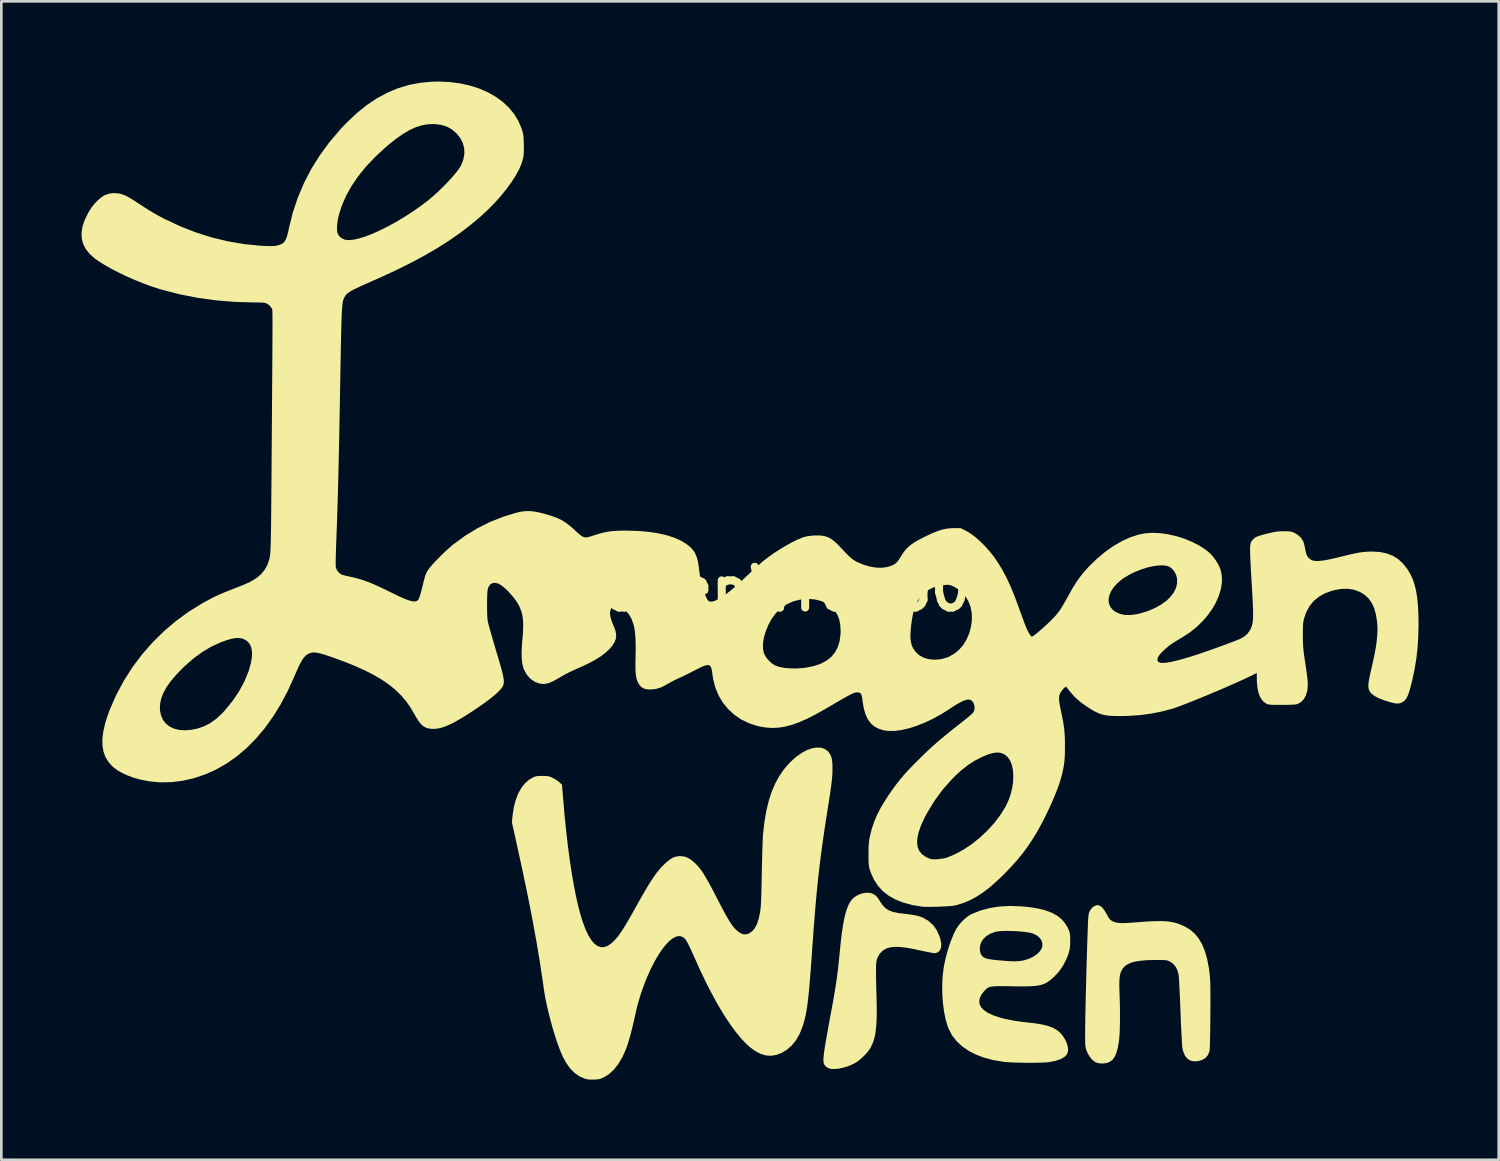
<source format=kicad_pcb>
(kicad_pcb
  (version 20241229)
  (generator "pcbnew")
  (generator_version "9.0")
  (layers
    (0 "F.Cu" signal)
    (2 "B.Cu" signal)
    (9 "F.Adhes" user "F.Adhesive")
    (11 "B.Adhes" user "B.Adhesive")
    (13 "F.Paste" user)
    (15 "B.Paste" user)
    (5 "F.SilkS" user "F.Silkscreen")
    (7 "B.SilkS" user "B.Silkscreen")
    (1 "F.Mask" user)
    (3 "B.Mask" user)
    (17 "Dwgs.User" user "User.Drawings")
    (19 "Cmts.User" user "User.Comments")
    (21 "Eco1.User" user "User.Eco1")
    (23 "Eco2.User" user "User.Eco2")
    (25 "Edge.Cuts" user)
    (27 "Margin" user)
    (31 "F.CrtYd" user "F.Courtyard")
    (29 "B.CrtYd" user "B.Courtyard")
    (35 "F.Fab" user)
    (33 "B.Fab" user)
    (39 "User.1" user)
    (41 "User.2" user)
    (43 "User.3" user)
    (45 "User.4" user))
  (footprint "ImogenWren50"
    (layer "F.Cu")
    (at 25 18.986)
    (property "Reference" "ImogenWren50" (at 0 0 0) (layer "F.SilkS") (effects (font (size 1.524 1.524) (thickness 0.3))))
    (attr board_only exclude_from_pos_files exclude_from_bom)
    (fp_poly (pts (xy 4.494 11.364) (xy 4.583 11.39) (xy 4.664 11.432) (xy 4.733 11.489) (xy 4.799 11.571) (xy 4.87 11.684) (xy 4.967 11.826) (xy 5.075 11.937) (xy 5.201 12.018) (xy 5.353 12.077) (xy 5.538 12.115) (xy 5.638 12.128) (xy 5.846 12.152) (xy 6.015 12.174) (xy 6.152 12.196) (xy 6.264 12.219) (xy 6.358 12.246) (xy 6.442 12.277) (xy 6.505 12.306) (xy 6.697 12.423) (xy 6.86 12.576) (xy 6.992 12.762) (xy 7.091 12.978) (xy 7.127 13.098) (xy 7.157 13.263) (xy 7.152 13.398) (xy 7.114 13.502) (xy 7.042 13.574) (xy 7.002 13.595) (xy 6.979 13.605) (xy 6.958 13.613) (xy 6.935 13.617) (xy 6.905 13.618) (xy 6.863 13.614) (xy 6.802 13.604) (xy 6.719 13.588) (xy 6.609 13.566) (xy 6.465 13.535) (xy 6.284 13.497) (xy 6.169 13.472) (xy 5.887 13.419) (xy 5.644 13.389) (xy 5.437 13.381) (xy 5.265 13.397) (xy 5.124 13.434) (xy 5.123 13.434) (xy 4.981 13.514) (xy 4.863 13.629) (xy 4.778 13.772) (xy 4.761 13.814) (xy 4.748 13.856) (xy 4.738 13.905) (xy 4.73 13.963) (xy 4.723 14.036) (xy 4.72 14.128) (xy 4.718 14.241) (xy 4.718 14.381) (xy 4.72 14.552) (xy 4.724 14.757) (xy 4.73 15.001) (xy 4.738 15.287) (xy 4.745 15.62) (xy 4.745 15.91) (xy 4.738 16.164) (xy 4.723 16.384) (xy 4.7 16.577) (xy 4.668 16.745) (xy 4.627 16.894) (xy 4.575 17.029) (xy 4.513 17.153) (xy 4.495 17.185) (xy 4.406 17.31) (xy 4.288 17.442) (xy 4.154 17.568) (xy 4.015 17.676) (xy 3.949 17.718) (xy 3.801 17.795) (xy 3.638 17.858) (xy 3.471 17.906) (xy 3.308 17.939) (xy 3.158 17.952) (xy 3.03 17.946) (xy 2.933 17.919) (xy 2.928 17.916) (xy 2.86 17.869) (xy 2.802 17.812) (xy 2.799 17.807) (xy 2.78 17.777) (xy 2.766 17.741) (xy 2.756 17.695) (xy 2.751 17.637) (xy 2.752 17.563) (xy 2.759 17.47) (xy 2.772 17.355) (xy 2.791 17.215) (xy 2.818 17.046) (xy 2.852 16.844) (xy 2.894 16.608) (xy 2.944 16.333) (xy 3.002 16.016) (xy 3.02 15.919) (xy 3.08 15.594) (xy 3.131 15.308) (xy 3.175 15.051) (xy 3.213 14.818) (xy 3.246 14.599) (xy 3.274 14.388) (xy 3.3 14.176) (xy 3.324 13.956) (xy 3.348 13.72) (xy 3.36 13.591) (xy 3.397 13.22) (xy 3.436 12.893) (xy 3.478 12.606) (xy 3.523 12.359) (xy 3.572 12.147) (xy 3.627 11.968) (xy 3.687 11.818) (xy 3.753 11.697) (xy 3.827 11.599) (xy 3.906 11.526) (xy 4.044 11.44) (xy 4.196 11.383) (xy 4.349 11.357)) (stroke (width 0) (type solid)) (fill yes) (layer "F.SilkS"))
    (fp_poly (pts (xy 10.158 11.867) (xy 10.16 11.867) (xy 10.505 11.902) (xy 10.809 11.954) (xy 11.073 12.023) (xy 11.3 12.109) (xy 11.492 12.216) (xy 11.653 12.342) (xy 11.783 12.491) (xy 11.887 12.662) (xy 11.888 12.664) (xy 11.926 12.744) (xy 11.952 12.81) (xy 11.967 12.875) (xy 11.976 12.953) (xy 11.981 13.06) (xy 11.982 13.097) (xy 11.98 13.303) (xy 11.958 13.485) (xy 11.912 13.658) (xy 11.838 13.842) (xy 11.825 13.871) (xy 11.716 14.08) (xy 11.597 14.258) (xy 11.457 14.421) (xy 11.374 14.503) (xy 11.278 14.59) (xy 11.187 14.663) (xy 11.096 14.722) (xy 11 14.769) (xy 10.894 14.805) (xy 10.771 14.831) (xy 10.627 14.848) (xy 10.455 14.857) (xy 10.251 14.861) (xy 10.009 14.86) (xy 9.84 14.857) (xy 9.611 14.853) (xy 9.424 14.851) (xy 9.273 14.852) (xy 9.153 14.856) (xy 9.059 14.865) (xy 8.985 14.88) (xy 8.926 14.901) (xy 8.877 14.929) (xy 8.832 14.966) (xy 8.787 15.011) (xy 8.756 15.045) (xy 8.654 15.18) (xy 8.595 15.316) (xy 8.58 15.448) (xy 8.591 15.521) (xy 8.646 15.635) (xy 8.746 15.742) (xy 8.888 15.841) (xy 9.073 15.931) (xy 9.298 16.011) (xy 9.561 16.081) (xy 9.862 16.141) (xy 10.199 16.19) (xy 10.406 16.212) (xy 10.692 16.246) (xy 10.937 16.287) (xy 11.145 16.338) (xy 11.319 16.402) (xy 11.465 16.481) (xy 11.588 16.576) (xy 11.69 16.69) (xy 11.778 16.825) (xy 11.814 16.894) (xy 11.874 17.044) (xy 11.902 17.184) (xy 11.897 17.306) (xy 11.859 17.403) (xy 11.853 17.412) (xy 11.754 17.508) (xy 11.612 17.586) (xy 11.427 17.647) (xy 11.198 17.691) (xy 11.144 17.698) (xy 11.035 17.707) (xy 10.889 17.713) (xy 10.714 17.717) (xy 10.521 17.719) (xy 10.317 17.718) (xy 10.114 17.715) (xy 9.919 17.709) (xy 9.742 17.702) (xy 9.593 17.692) (xy 9.499 17.683) (xy 9.124 17.622) (xy 8.779 17.533) (xy 8.466 17.417) (xy 8.188 17.274) (xy 7.944 17.107) (xy 7.738 16.915) (xy 7.569 16.701) (xy 7.441 16.464) (xy 7.396 16.35) (xy 7.318 16.081) (xy 7.259 15.778) (xy 7.218 15.453) (xy 7.196 15.116) (xy 7.194 14.777) (xy 7.213 14.447) (xy 7.253 14.136) (xy 7.265 14.069) (xy 7.334 13.756) (xy 7.402 13.514) (xy 8.604 13.514) (xy 8.611 13.553) (xy 8.636 13.641) (xy 8.674 13.71) (xy 8.73 13.764) (xy 8.81 13.806) (xy 8.919 13.837) (xy 9.064 13.86) (xy 9.249 13.88) (xy 9.27 13.882) (xy 9.391 13.892) (xy 9.502 13.901) (xy 9.591 13.909) (xy 9.645 13.914) (xy 9.906 13.925) (xy 10.138 13.908) (xy 10.263 13.883) (xy 10.452 13.821) (xy 10.618 13.739) (xy 10.756 13.641) (xy 10.86 13.532) (xy 10.925 13.416) (xy 10.933 13.388) (xy 10.944 13.266) (xy 10.911 13.149) (xy 10.84 13.044) (xy 10.733 12.954) (xy 10.594 12.887) (xy 10.554 12.873) (xy 10.441 12.847) (xy 10.295 12.825) (xy 10.126 12.808) (xy 9.943 12.795) (xy 9.757 12.788) (xy 9.578 12.786) (xy 9.416 12.791) (xy 9.281 12.802) (xy 9.189 12.818) (xy 9.005 12.883) (xy 8.852 12.974) (xy 8.732 13.087) (xy 8.648 13.217) (xy 8.605 13.36) (xy 8.604 13.514) (xy 7.402 13.514) (xy 7.419 13.452) (xy 7.515 13.167) (xy 7.62 12.91) (xy 7.718 12.713) (xy 7.803 12.585) (xy 7.912 12.455) (xy 8.036 12.334) (xy 8.162 12.232) (xy 8.275 12.164) (xy 8.604 12.029) (xy 8.956 11.933) (xy 9.33 11.874) (xy 9.731 11.852)) (stroke (width 0) (type solid)) (fill yes) (layer "F.SilkS"))
    (fp_poly (pts (xy 13.095 11.845) (xy 13.183 11.915) (xy 13.272 12.032) (xy 13.334 12.138) (xy 13.392 12.245) (xy 13.439 12.319) (xy 13.484 12.369) (xy 13.534 12.405) (xy 13.591 12.434) (xy 13.664 12.461) (xy 13.746 12.479) (xy 13.843 12.49) (xy 13.964 12.492) (xy 14.115 12.487) (xy 14.303 12.475) (xy 14.386 12.469) (xy 14.689 12.446) (xy 14.95 12.429) (xy 15.176 12.42) (xy 15.372 12.418) (xy 15.542 12.424) (xy 15.693 12.438) (xy 15.828 12.462) (xy 15.954 12.494) (xy 16.076 12.536) (xy 16.2 12.589) (xy 16.27 12.622) (xy 16.468 12.74) (xy 16.642 12.891) (xy 16.792 13.075) (xy 16.919 13.295) (xy 17.024 13.553) (xy 17.107 13.849) (xy 17.171 14.185) (xy 17.195 14.373) (xy 17.204 14.456) (xy 17.211 14.542) (xy 17.217 14.636) (xy 17.221 14.744) (xy 17.224 14.87) (xy 17.226 15.018) (xy 17.227 15.193) (xy 17.227 15.401) (xy 17.226 15.646) (xy 17.224 15.932) (xy 17.224 15.961) (xy 17.221 16.276) (xy 17.218 16.546) (xy 17.214 16.772) (xy 17.21 16.957) (xy 17.205 17.101) (xy 17.199 17.206) (xy 17.192 17.274) (xy 17.187 17.303) (xy 17.125 17.44) (xy 17.038 17.542) (xy 16.921 17.611) (xy 16.768 17.654) (xy 16.768 17.654) (xy 16.609 17.664) (xy 16.473 17.633) (xy 16.362 17.562) (xy 16.274 17.451) (xy 16.209 17.299) (xy 16.178 17.169) (xy 16.173 17.12) (xy 16.166 17.028) (xy 16.158 16.899) (xy 16.149 16.739) (xy 16.139 16.551) (xy 16.129 16.341) (xy 16.119 16.115) (xy 16.11 15.875) (xy 16.106 15.778) (xy 16.096 15.537) (xy 16.087 15.306) (xy 16.077 15.092) (xy 16.067 14.898) (xy 16.059 14.73) (xy 16.051 14.592) (xy 16.043 14.489) (xy 16.038 14.426) (xy 16.036 14.413) (xy 15.984 14.235) (xy 15.904 14.094) (xy 15.795 13.985) (xy 15.685 13.92) (xy 15.643 13.902) (xy 15.599 13.889) (xy 15.546 13.88) (xy 15.474 13.875) (xy 15.377 13.873) (xy 15.245 13.872) (xy 15.158 13.873) (xy 14.875 13.88) (xy 14.634 13.898) (xy 14.433 13.929) (xy 14.266 13.973) (xy 14.132 14.031) (xy 14.027 14.104) (xy 13.948 14.193) (xy 13.932 14.217) (xy 13.891 14.292) (xy 13.86 14.372) (xy 13.838 14.464) (xy 13.825 14.575) (xy 13.819 14.712) (xy 13.819 14.881) (xy 13.826 15.089) (xy 13.826 15.1) (xy 13.836 15.39) (xy 13.842 15.676) (xy 13.844 15.951) (xy 13.843 16.209) (xy 13.837 16.445) (xy 13.828 16.65) (xy 13.815 16.82) (xy 13.804 16.914) (xy 13.764 17.145) (xy 13.714 17.334) (xy 13.651 17.483) (xy 13.574 17.595) (xy 13.48 17.673) (xy 13.366 17.722) (xy 13.23 17.743) (xy 13.178 17.744) (xy 13.066 17.738) (xy 12.978 17.717) (xy 12.92 17.691) (xy 12.813 17.611) (xy 12.713 17.496) (xy 12.631 17.356) (xy 12.589 17.253) (xy 12.573 17.204) (xy 12.561 17.156) (xy 12.552 17.103) (xy 12.546 17.039) (xy 12.542 16.956) (xy 12.541 16.847) (xy 12.54 16.706) (xy 12.541 16.526) (xy 12.541 16.504) (xy 12.544 16.288) (xy 12.547 16.031) (xy 12.553 15.739) (xy 12.56 15.418) (xy 12.568 15.075) (xy 12.577 14.714) (xy 12.587 14.341) (xy 12.597 13.964) (xy 12.609 13.587) (xy 12.621 13.217) (xy 12.628 13.013) (xy 12.636 12.789) (xy 12.642 12.608) (xy 12.648 12.462) (xy 12.654 12.349) (xy 12.661 12.262) (xy 12.668 12.196) (xy 12.676 12.146) (xy 12.686 12.108) (xy 12.698 12.076) (xy 12.712 12.045) (xy 12.714 12.041) (xy 12.785 11.936) (xy 12.875 11.861) (xy 12.974 11.825) (xy 13.008 11.822)) (stroke (width 0) (type solid)) (fill yes) (layer "F.SilkS"))
    (fp_poly (pts (xy 2.648 5.932) (xy 2.782 5.971) (xy 2.895 6.046) (xy 2.935 6.087) (xy 2.997 6.169) (xy 3.041 6.264) (xy 3.07 6.381) (xy 3.086 6.528) (xy 3.09 6.706) (xy 3.089 6.812) (xy 3.085 6.918) (xy 3.077 7.032) (xy 3.065 7.157) (xy 3.048 7.301) (xy 3.025 7.469) (xy 2.997 7.667) (xy 2.961 7.9) (xy 2.924 8.135) (xy 2.853 8.585) (xy 2.789 9.008) (xy 2.731 9.408) (xy 2.678 9.793) (xy 2.629 10.168) (xy 2.585 10.541) (xy 2.543 10.917) (xy 2.504 11.303) (xy 2.467 11.706) (xy 2.431 12.131) (xy 2.395 12.586) (xy 2.359 13.076) (xy 2.33 13.484) (xy 2.302 13.878) (xy 2.276 14.228) (xy 2.252 14.539) (xy 2.229 14.814) (xy 2.207 15.056) (xy 2.185 15.27) (xy 2.163 15.458) (xy 2.14 15.625) (xy 2.117 15.774) (xy 2.092 15.908) (xy 2.065 16.031) (xy 2.035 16.147) (xy 2.003 16.259) (xy 1.974 16.352) (xy 1.864 16.629) (xy 1.729 16.869) (xy 1.567 17.071) (xy 1.38 17.233) (xy 1.177 17.353) (xy 0.979 17.426) (xy 0.784 17.456) (xy 0.591 17.442) (xy 0.398 17.384) (xy 0.202 17.281) (xy 0.001 17.133) (xy -0.111 17.033) (xy -0.316 16.82) (xy -0.528 16.564) (xy -0.746 16.266) (xy -0.968 15.929) (xy -1.193 15.555) (xy -1.419 15.146) (xy -1.645 14.705) (xy -1.87 14.234) (xy -2.001 13.941) (xy -2.096 13.728) (xy -2.175 13.553) (xy -2.241 13.412) (xy -2.294 13.301) (xy -2.339 13.216) (xy -2.377 13.151) (xy -2.41 13.103) (xy -2.441 13.067) (xy -2.452 13.056) (xy -2.546 12.995) (xy -2.651 12.977) (xy -2.766 13.001) (xy -2.888 13.065) (xy -3.017 13.167) (xy -3.15 13.306) (xy -3.287 13.48) (xy -3.425 13.687) (xy -3.564 13.926) (xy -3.701 14.194) (xy -3.835 14.491) (xy -3.917 14.69) (xy -4.082 15.143) (xy -4.211 15.588) (xy -4.272 15.849) (xy -4.338 16.147) (xy -4.404 16.426) (xy -4.47 16.68) (xy -4.534 16.905) (xy -4.594 17.093) (xy -4.643 17.227) (xy -4.774 17.515) (xy -4.921 17.762) (xy -5.082 17.968) (xy -5.256 18.131) (xy -5.442 18.25) (xy -5.447 18.253) (xy -5.54 18.296) (xy -5.614 18.323) (xy -5.69 18.338) (xy -5.785 18.345) (xy -5.838 18.347) (xy -5.972 18.347) (xy -6.077 18.337) (xy -6.172 18.314) (xy -6.186 18.309) (xy -6.383 18.222) (xy -6.563 18.093) (xy -6.728 17.923) (xy -6.878 17.71) (xy -6.982 17.522) (xy -7.06 17.351) (xy -7.142 17.141) (xy -7.227 16.901) (xy -7.312 16.637) (xy -7.395 16.358) (xy -7.473 16.072) (xy -7.545 15.786) (xy -7.608 15.508) (xy -7.661 15.246) (xy -7.7 15.007) (xy -7.702 14.994) (xy -7.77 14.516) (xy -7.842 14.044) (xy -7.918 13.573) (xy -8 13.096) (xy -8.088 12.61) (xy -8.183 12.107) (xy -8.286 11.583) (xy -8.399 11.033) (xy -8.522 10.45) (xy -8.657 9.831) (xy -8.713 9.575) (xy -8.902 8.72) (xy -8.876 8.462) (xy -8.83 8.16) (xy -8.759 7.886) (xy -8.664 7.642) (xy -8.546 7.431) (xy -8.406 7.257) (xy -8.247 7.121) (xy -8.135 7.056) (xy -8.064 7.024) (xy -8.003 7.004) (xy -7.936 6.993) (xy -7.848 6.989) (xy -7.76 6.988) (xy -7.648 6.989) (xy -7.568 6.995) (xy -7.504 7.008) (xy -7.441 7.031) (xy -7.371 7.064) (xy -7.277 7.116) (xy -7.185 7.178) (xy -7.122 7.228) (xy -7.028 7.316) (xy -6.989 7.796) (xy -6.934 8.429) (xy -6.874 9.032) (xy -6.808 9.602) (xy -6.737 10.137) (xy -6.662 10.637) (xy -6.582 11.098) (xy -6.498 11.519) (xy -6.411 11.899) (xy -6.32 12.234) (xy -6.259 12.428) (xy -6.156 12.705) (xy -6.05 12.936) (xy -5.939 13.12) (xy -5.823 13.257) (xy -5.703 13.348) (xy -5.579 13.393) (xy -5.45 13.391) (xy -5.317 13.343) (xy -5.179 13.248) (xy -5.104 13.179) (xy -5.037 13.109) (xy -4.972 13.035) (xy -4.907 12.953) (xy -4.839 12.858) (xy -4.765 12.747) (xy -4.682 12.615) (xy -4.588 12.458) (xy -4.481 12.272) (xy -4.357 12.053) (xy -4.215 11.799) (xy -4.058 11.519) (xy -3.918 11.278) (xy -3.794 11.07) (xy -3.682 10.891) (xy -3.579 10.738) (xy -3.482 10.606) (xy -3.389 10.49) (xy -3.297 10.387) (xy -3.244 10.334) (xy -3.104 10.202) (xy -2.981 10.105) (xy -2.868 10.04) (xy -2.755 10.003) (xy -2.637 9.988) (xy -2.6 9.987) (xy -2.458 10.002) (xy -2.327 10.046) (xy -2.197 10.126) (xy -2.092 10.214) (xy -2.015 10.288) (xy -1.942 10.364) (xy -1.872 10.448) (xy -1.801 10.544) (xy -1.727 10.655) (xy -1.647 10.788) (xy -1.557 10.945) (xy -1.456 11.131) (xy -1.34 11.351) (xy -1.212 11.599) (xy -1.082 11.85) (xy -0.969 12.062) (xy -0.87 12.24) (xy -0.784 12.387) (xy -0.707 12.508) (xy -0.638 12.606) (xy -0.573 12.685) (xy -0.511 12.749) (xy -0.503 12.756) (xy -0.382 12.852) (xy -0.27 12.906) (xy -0.164 12.918) (xy -0.055 12.891) (xy -0.025 12.877) (xy 0.086 12.799) (xy 0.181 12.686) (xy 0.26 12.537) (xy 0.324 12.348) (xy 0.376 12.117) (xy 0.388 12.045) (xy 0.398 11.971) (xy 0.406 11.877) (xy 0.414 11.76) (xy 0.421 11.614) (xy 0.427 11.437) (xy 0.433 11.225) (xy 0.439 10.974) (xy 0.444 10.68) (xy 0.445 10.64) (xy 0.45 10.399) (xy 0.455 10.163) (xy 0.461 9.938) (xy 0.467 9.73) (xy 0.473 9.545) (xy 0.479 9.389) (xy 0.485 9.268) (xy 0.49 9.188) (xy 0.541 8.731) (xy 0.611 8.314) (xy 0.701 7.935) (xy 0.811 7.59) (xy 0.944 7.277) (xy 1.1 6.993) (xy 1.279 6.734) (xy 1.485 6.499) (xy 1.518 6.465) (xy 1.723 6.28) (xy 1.931 6.131) (xy 2.137 6.021) (xy 2.338 5.952) (xy 2.487 5.928)) (stroke (width 0) (type solid)) (fill yes) (layer "F.SilkS"))
    (fp_poly (pts (xy -11.247 -18.969) (xy -10.854 -18.919) (xy -10.482 -18.838) (xy -10.132 -18.727) (xy -9.808 -18.587) (xy -9.513 -18.42) (xy -9.247 -18.227) (xy -9.015 -18.01) (xy -8.818 -17.77) (xy -8.659 -17.508) (xy -8.543 -17.236) (xy -8.513 -17.144) (xy -8.491 -17.066) (xy -8.477 -16.992) (xy -8.467 -16.908) (xy -8.461 -16.804) (xy -8.457 -16.666) (xy -8.456 -16.645) (xy -8.454 -16.466) (xy -8.457 -16.325) (xy -8.467 -16.21) (xy -8.483 -16.113) (xy -8.542 -15.912) (xy -8.638 -15.691) (xy -8.769 -15.454) (xy -8.93 -15.205) (xy -9.119 -14.947) (xy -9.332 -14.686) (xy -9.568 -14.425) (xy -9.823 -14.168) (xy -10.085 -13.926) (xy -10.448 -13.622) (xy -10.832 -13.328) (xy -11.24 -13.044) (xy -11.676 -12.766) (xy -12.143 -12.493) (xy -12.645 -12.223) (xy -13.185 -11.953) (xy -13.767 -11.682) (xy -14.058 -11.553) (xy -14.296 -11.448) (xy -14.496 -11.359) (xy -14.66 -11.283) (xy -14.793 -11.219) (xy -14.9 -11.162) (xy -14.982 -11.112) (xy -15.046 -11.066) (xy -15.095 -11.021) (xy -15.132 -10.974) (xy -15.162 -10.924) (xy -15.188 -10.868) (xy -15.194 -10.856) (xy -15.206 -10.825) (xy -15.217 -10.789) (xy -15.226 -10.746) (xy -15.235 -10.692) (xy -15.244 -10.626) (xy -15.251 -10.544) (xy -15.258 -10.444) (xy -15.265 -10.324) (xy -15.271 -10.181) (xy -15.277 -10.011) (xy -15.283 -9.813) (xy -15.288 -9.585) (xy -15.294 -9.322) (xy -15.301 -9.024) (xy -15.307 -8.686) (xy -15.314 -8.307) (xy -15.321 -7.884) (xy -15.322 -7.866) (xy -15.332 -7.295) (xy -15.341 -6.767) (xy -15.35 -6.278) (xy -15.359 -5.825) (xy -15.368 -5.403) (xy -15.376 -5.009) (xy -15.384 -4.64) (xy -15.393 -4.29) (xy -15.401 -3.957) (xy -15.41 -3.637) (xy -15.419 -3.326) (xy -15.428 -3.02) (xy -15.438 -2.715) (xy -15.448 -2.408) (xy -15.46 -2.095) (xy -15.472 -1.771) (xy -15.477 -1.627) (xy -15.484 -1.443) (xy -15.488 -1.27) (xy -15.492 -1.116) (xy -15.493 -0.986) (xy -15.492 -0.887) (xy -15.49 -0.826) (xy -15.489 -0.814) (xy -15.45 -0.714) (xy -15.379 -0.62) (xy -15.291 -0.552) (xy -15.287 -0.55) (xy -15.238 -0.532) (xy -15.156 -0.509) (xy -15.053 -0.485) (xy -14.968 -0.467) (xy -14.789 -0.428) (xy -14.615 -0.381) (xy -14.438 -0.325) (xy -14.251 -0.256) (xy -14.049 -0.172) (xy -13.824 -0.07) (xy -13.569 0.052) (xy -13.414 0.129) (xy -13.187 0.24) (xy -12.997 0.327) (xy -12.839 0.392) (xy -12.711 0.436) (xy -12.608 0.459) (xy -12.527 0.462) (xy -12.465 0.446) (xy -12.418 0.412) (xy -12.396 0.385) (xy -12.373 0.336) (xy -12.343 0.252) (xy -12.311 0.144) (xy -12.278 0.022) (xy -12.269 -0.013) (xy -12.227 -0.187) (xy -12.194 -0.322) (xy -12.166 -0.426) (xy -12.142 -0.505) (xy -12.118 -0.568) (xy -12.094 -0.621) (xy -12.066 -0.671) (xy -12.032 -0.725) (xy -12.031 -0.727) (xy -11.974 -0.803) (xy -11.889 -0.904) (xy -11.781 -1.021) (xy -11.658 -1.149) (xy -11.526 -1.281) (xy -11.391 -1.41) (xy -11.261 -1.529) (xy -11.142 -1.632) (xy -11.096 -1.67) (xy -10.654 -1.994) (xy -10.194 -2.275) (xy -9.715 -2.514) (xy -9.213 -2.712) (xy -8.736 -2.857) (xy -8.569 -2.895) (xy -8.411 -2.916) (xy -8.255 -2.92) (xy -8.089 -2.905) (xy -7.904 -2.871) (xy -7.692 -2.819) (xy -7.571 -2.784) (xy -7.365 -2.72) (xy -7.191 -2.653) (xy -7.037 -2.578) (xy -6.892 -2.488) (xy -6.745 -2.376) (xy -6.583 -2.237) (xy -6.519 -2.178) (xy -6.407 -2.075) (xy -6.317 -2.002) (xy -6.242 -1.956) (xy -6.169 -1.936) (xy -6.09 -1.937) (xy -5.994 -1.959) (xy -5.87 -1.998) (xy -5.839 -2.008) (xy -5.654 -2.067) (xy -5.486 -2.112) (xy -5.325 -2.145) (xy -5.159 -2.168) (xy -4.977 -2.181) (xy -4.768 -2.187) (xy -4.6 -2.188) (xy -4.179 -2.176) (xy -3.786 -2.142) (xy -3.426 -2.087) (xy -3.099 -2.012) (xy -2.808 -1.916) (xy -2.556 -1.801) (xy -2.346 -1.668) (xy -2.223 -1.566) (xy -2.125 -1.459) (xy -2.048 -1.34) (xy -1.989 -1.201) (xy -1.945 -1.036) (xy -1.912 -0.836) (xy -1.897 -0.702) (xy -1.877 -0.554) (xy -1.847 -0.394) (xy -1.809 -0.229) (xy -1.766 -0.067) (xy -1.719 0.085) (xy -1.671 0.219) (xy -1.624 0.329) (xy -1.581 0.407) (xy -1.544 0.445) (xy -1.478 0.468) (xy -1.403 0.466) (xy -1.312 0.439) (xy -1.2 0.385) (xy -1.062 0.302) (xy -0.99 0.254) (xy -0.884 0.18) (xy -0.776 0.098) (xy -0.661 0.005) (xy -0.534 -0.105) (xy -0.388 -0.236) (xy -0.22 -0.392) (xy -0.081 -0.523) (xy 0.045 -0.642) (xy 0.172 -0.759) (xy 0.292 -0.869) (xy 0.398 -0.963) (xy 0.481 -1.035) (xy 0.503 -1.053) (xy 0.693 -1.2) (xy 0.903 -1.348) (xy 1.125 -1.492) (xy 1.35 -1.626) (xy 1.569 -1.747) (xy 1.773 -1.848) (xy 1.955 -1.924) (xy 2.013 -1.945) (xy 2.17 -1.982) (xy 2.366 -2.004) (xy 2.411 -2.007) (xy 2.606 -2.008) (xy 2.771 -1.988) (xy 2.917 -1.943) (xy 3.053 -1.87) (xy 3.19 -1.763) (xy 3.337 -1.618) (xy 3.348 -1.607) (xy 3.487 -1.459) (xy 3.599 -1.342) (xy 3.691 -1.25) (xy 3.766 -1.18) (xy 3.83 -1.126) (xy 3.889 -1.084) (xy 3.946 -1.049) (xy 3.994 -1.023) (xy 4.24 -0.917) (xy 4.484 -0.844) (xy 4.72 -0.804) (xy 4.943 -0.798) (xy 5.147 -0.826) (xy 5.327 -0.888) (xy 5.388 -0.92) (xy 5.45 -0.962) (xy 5.501 -1.008) (xy 5.552 -1.07) (xy 5.609 -1.158) (xy 5.644 -1.215) (xy 5.727 -1.345) (xy 5.811 -1.458) (xy 5.904 -1.557) (xy 6.011 -1.649) (xy 6.138 -1.738) (xy 6.292 -1.829) (xy 6.478 -1.927) (xy 6.655 -2.013) (xy 6.865 -2.109) (xy 7.048 -2.181) (xy 7.213 -2.231) (xy 7.37 -2.262) (xy 7.529 -2.278) (xy 7.622 -2.28) (xy 7.881 -2.282) (xy 8.078 -2.184) (xy 8.244 -2.087) (xy 8.423 -1.954) (xy 8.608 -1.793) (xy 8.793 -1.61) (xy 8.97 -1.411) (xy 9.132 -1.205) (xy 9.145 -1.187) (xy 9.311 -0.942) (xy 9.466 -0.681) (xy 9.614 -0.398) (xy 9.757 -0.087) (xy 9.899 0.259) (xy 10.029 0.609) (xy 10.109 0.832) (xy 10.176 1.016) (xy 10.231 1.166) (xy 10.277 1.288) (xy 10.315 1.385) (xy 10.348 1.463) (xy 10.377 1.527) (xy 10.404 1.583) (xy 10.431 1.631) (xy 10.475 1.704) (xy 10.514 1.756) (xy 10.541 1.779) (xy 10.542 1.779) (xy 10.578 1.764) (xy 10.642 1.72) (xy 10.728 1.653) (xy 10.831 1.568) (xy 10.945 1.469) (xy 11.065 1.36) (xy 11.185 1.248) (xy 11.24 1.194) (xy 11.341 1.092) (xy 11.428 1) (xy 11.504 0.911) (xy 11.575 0.817) (xy 11.646 0.711) (xy 11.722 0.585) (xy 11.809 0.434) (xy 11.825 0.403) (xy 13.416 0.403) (xy 13.432 0.543) (xy 13.486 0.671) (xy 13.58 0.782) (xy 13.68 0.854) (xy 13.847 0.929) (xy 14.032 0.967) (xy 14.239 0.97) (xy 14.473 0.938) (xy 14.626 0.902) (xy 14.906 0.813) (xy 15.159 0.705) (xy 15.382 0.58) (xy 15.574 0.441) (xy 15.732 0.29) (xy 15.853 0.13) (xy 15.937 -0.038) (xy 15.979 -0.21) (xy 15.979 -0.384) (xy 15.952 -0.506) (xy 15.896 -0.63) (xy 15.813 -0.739) (xy 15.715 -0.822) (xy 15.623 -0.864) (xy 15.469 -0.888) (xy 15.286 -0.885) (xy 15.082 -0.857) (xy 14.863 -0.807) (xy 14.639 -0.736) (xy 14.416 -0.648) (xy 14.202 -0.543) (xy 14.004 -0.426) (xy 13.898 -0.351) (xy 13.729 -0.205) (xy 13.596 -0.053) (xy 13.499 0.101) (xy 13.439 0.255) (xy 13.416 0.403) (xy 11.825 0.403) (xy 11.911 0.248) (xy 11.925 0.222) (xy 12.071 -0.037) (xy 12.213 -0.262) (xy 12.356 -0.464) (xy 12.508 -0.654) (xy 12.677 -0.839) (xy 12.975 -1.13) (xy 13.281 -1.387) (xy 13.593 -1.608) (xy 13.908 -1.791) (xy 14.221 -1.934) (xy 14.529 -2.035) (xy 14.772 -2.085) (xy 15.045 -2.106) (xy 15.337 -2.093) (xy 15.642 -2.051) (xy 15.95 -1.981) (xy 16.253 -1.885) (xy 16.542 -1.767) (xy 16.811 -1.629) (xy 17.049 -1.473) (xy 17.214 -1.337) (xy 17.33 -1.21) (xy 17.441 -1.058) (xy 17.535 -0.896) (xy 17.602 -0.741) (xy 17.609 -0.718) (xy 17.653 -0.496) (xy 17.657 -0.261) (xy 17.621 -0.017) (xy 17.548 0.233) (xy 17.441 0.484) (xy 17.301 0.732) (xy 17.13 0.973) (xy 16.932 1.204) (xy 16.708 1.42) (xy 16.46 1.617) (xy 16.26 1.75) (xy 16.143 1.822) (xy 16.009 1.903) (xy 15.885 1.979) (xy 15.857 1.996) (xy 15.747 2.069) (xy 15.631 2.159) (xy 15.519 2.256) (xy 15.417 2.353) (xy 15.334 2.443) (xy 15.279 2.519) (xy 15.266 2.545) (xy 15.248 2.615) (xy 15.249 2.678) (xy 15.249 2.679) (xy 15.28 2.726) (xy 15.346 2.753) (xy 15.446 2.762) (xy 15.584 2.752) (xy 15.759 2.722) (xy 15.972 2.673) (xy 16.225 2.604) (xy 16.519 2.516) (xy 16.744 2.444) (xy 16.897 2.392) (xy 17.074 2.331) (xy 17.267 2.263) (xy 17.467 2.192) (xy 17.667 2.119) (xy 17.859 2.048) (xy 18.035 1.981) (xy 18.187 1.923) (xy 18.307 1.875) (xy 18.358 1.853) (xy 18.49 1.776) (xy 18.61 1.67) (xy 18.7 1.55) (xy 18.715 1.523) (xy 18.747 1.454) (xy 18.773 1.385) (xy 18.794 1.311) (xy 18.809 1.227) (xy 18.818 1.129) (xy 18.823 1.011) (xy 18.823 0.869) (xy 18.819 0.698) (xy 18.81 0.494) (xy 18.797 0.251) (xy 18.785 0.047) (xy 18.766 -0.28) (xy 18.749 -0.564) (xy 18.735 -0.808) (xy 18.725 -1.016) (xy 18.717 -1.19) (xy 18.712 -1.334) (xy 18.71 -1.452) (xy 18.711 -1.546) (xy 18.715 -1.621) (xy 18.723 -1.68) (xy 18.733 -1.725) (xy 18.747 -1.761) (xy 18.764 -1.79) (xy 18.784 -1.817) (xy 18.804 -1.841) (xy 18.848 -1.887) (xy 18.893 -1.924) (xy 18.948 -1.955) (xy 19.021 -1.984) (xy 19.119 -2.015) (xy 19.249 -2.05) (xy 19.354 -2.077) (xy 19.503 -2.112) (xy 19.623 -2.137) (xy 19.726 -2.153) (xy 19.828 -2.161) (xy 19.943 -2.164) (xy 19.969 -2.164) (xy 20.09 -2.164) (xy 20.177 -2.16) (xy 20.243 -2.15) (xy 20.3 -2.134) (xy 20.361 -2.108) (xy 20.368 -2.104) (xy 20.505 -2.021) (xy 20.617 -1.916) (xy 20.694 -1.799) (xy 20.706 -1.771) (xy 20.727 -1.701) (xy 20.75 -1.603) (xy 20.772 -1.497) (xy 20.776 -1.476) (xy 20.803 -1.346) (xy 20.839 -1.251) (xy 20.888 -1.179) (xy 20.959 -1.118) (xy 20.975 -1.106) (xy 21.038 -1.075) (xy 21.12 -1.056) (xy 21.223 -1.051) (xy 21.353 -1.059) (xy 21.511 -1.081) (xy 21.703 -1.117) (xy 21.931 -1.168) (xy 22.199 -1.234) (xy 22.216 -1.238) (xy 22.445 -1.295) (xy 22.64 -1.338) (xy 22.809 -1.369) (xy 22.963 -1.389) (xy 23.112 -1.401) (xy 23.265 -1.404) (xy 23.283 -1.405) (xy 23.566 -1.388) (xy 23.819 -1.336) (xy 24.045 -1.249) (xy 24.247 -1.123) (xy 24.428 -0.959) (xy 24.59 -0.753) (xy 24.602 -0.736) (xy 24.704 -0.564) (xy 24.791 -0.379) (xy 24.861 -0.174) (xy 24.917 0.053) (xy 24.959 0.307) (xy 24.988 0.594) (xy 25.005 0.917) (xy 25.011 1.28) (xy 25.011 1.311) (xy 25.002 1.767) (xy 24.975 2.194) (xy 24.929 2.606) (xy 24.86 3.017) (xy 24.769 3.442) (xy 24.74 3.558) (xy 24.689 3.752) (xy 24.64 3.905) (xy 24.591 4.023) (xy 24.539 4.113) (xy 24.48 4.179) (xy 24.412 4.227) (xy 24.392 4.238) (xy 24.314 4.269) (xy 24.232 4.281) (xy 24.136 4.274) (xy 24.012 4.246) (xy 23.974 4.236) (xy 23.724 4.159) (xy 23.52 4.079) (xy 23.362 3.995) (xy 23.248 3.908) (xy 23.179 3.817) (xy 23.174 3.807) (xy 23.151 3.747) (xy 23.138 3.682) (xy 23.134 3.606) (xy 23.141 3.513) (xy 23.158 3.396) (xy 23.187 3.248) (xy 23.228 3.065) (xy 23.246 2.988) (xy 23.318 2.667) (xy 23.376 2.384) (xy 23.421 2.134) (xy 23.451 1.911) (xy 23.469 1.709) (xy 23.476 1.523) (xy 23.47 1.346) (xy 23.46 1.221) (xy 23.417 0.944) (xy 23.348 0.704) (xy 23.252 0.501) (xy 23.129 0.333) (xy 22.977 0.198) (xy 22.813 0.102) (xy 22.594 0.023) (xy 22.361 -0.013) (xy 22.113 -0.007) (xy 21.847 0.042) (xy 21.772 0.062) (xy 21.511 0.158) (xy 21.286 0.284) (xy 21.096 0.44) (xy 20.94 0.628) (xy 20.818 0.848) (xy 20.729 1.101) (xy 20.726 1.112) (xy 20.71 1.181) (xy 20.699 1.256) (xy 20.691 1.344) (xy 20.686 1.455) (xy 20.685 1.597) (xy 20.685 1.732) (xy 20.686 1.904) (xy 20.69 2.049) (xy 20.698 2.182) (xy 20.711 2.317) (xy 20.73 2.467) (xy 20.756 2.647) (xy 20.763 2.692) (xy 20.787 2.855) (xy 20.811 3.016) (xy 20.832 3.165) (xy 20.848 3.291) (xy 20.86 3.383) (xy 20.861 3.394) (xy 20.87 3.61) (xy 20.848 3.805) (xy 20.798 3.975) (xy 20.721 4.115) (xy 20.618 4.223) (xy 20.492 4.294) (xy 20.462 4.304) (xy 20.405 4.314) (xy 20.307 4.322) (xy 20.173 4.327) (xy 20.01 4.33) (xy 19.889 4.331) (xy 19.723 4.33) (xy 19.597 4.329) (xy 19.503 4.326) (xy 19.435 4.32) (xy 19.385 4.311) (xy 19.347 4.299) (xy 19.318 4.286) (xy 19.2 4.199) (xy 19.104 4.073) (xy 19.033 3.907) (xy 18.986 3.703) (xy 18.964 3.463) (xy 18.962 3.359) (xy 18.962 3.14) (xy 18.595 3.316) (xy 18.427 3.394) (xy 18.233 3.483) (xy 18.017 3.578) (xy 17.787 3.679) (xy 17.546 3.782) (xy 17.3 3.886) (xy 17.055 3.989) (xy 16.815 4.087) (xy 16.586 4.18) (xy 16.373 4.265) (xy 16.182 4.339) (xy 16.018 4.401) (xy 15.886 4.449) (xy 15.791 4.479) (xy 15.79 4.479) (xy 15.39 4.583) (xy 15.008 4.658) (xy 14.63 4.71) (xy 14.237 4.738) (xy 14.058 4.745) (xy 13.816 4.749) (xy 13.613 4.746) (xy 13.441 4.736) (xy 13.292 4.716) (xy 13.157 4.684) (xy 13.03 4.638) (xy 12.901 4.577) (xy 12.763 4.497) (xy 12.609 4.398) (xy 12.595 4.389) (xy 12.354 4.215) (xy 12.153 4.037) (xy 11.987 3.85) (xy 11.96 3.814) (xy 11.903 3.741) (xy 11.856 3.685) (xy 11.826 3.655) (xy 11.821 3.652) (xy 11.788 3.67) (xy 11.739 3.715) (xy 11.685 3.778) (xy 11.636 3.845) (xy 11.609 3.891) (xy 11.581 3.96) (xy 11.566 4.037) (xy 11.564 4.131) (xy 11.576 4.248) (xy 11.602 4.396) (xy 11.63 4.53) (xy 11.681 4.767) (xy 11.719 4.972) (xy 11.748 5.157) (xy 11.767 5.334) (xy 11.779 5.515) (xy 11.784 5.714) (xy 11.785 5.888) (xy 11.783 6.108) (xy 11.777 6.294) (xy 11.763 6.458) (xy 11.743 6.613) (xy 11.712 6.772) (xy 11.671 6.946) (xy 11.646 7.042) (xy 11.588 7.236) (xy 11.508 7.462) (xy 11.41 7.71) (xy 11.298 7.973) (xy 11.176 8.242) (xy 11.048 8.509) (xy 10.916 8.766) (xy 10.785 9.005) (xy 10.705 9.142) (xy 10.53 9.423) (xy 10.357 9.678) (xy 10.18 9.915) (xy 9.989 10.147) (xy 9.776 10.384) (xy 9.533 10.637) (xy 9.252 10.91) (xy 8.986 11.143) (xy 8.732 11.339) (xy 8.484 11.502) (xy 8.238 11.635) (xy 7.989 11.739) (xy 7.733 11.818) (xy 7.655 11.837) (xy 7.587 11.848) (xy 7.482 11.857) (xy 7.348 11.866) (xy 7.196 11.874) (xy 7.035 11.88) (xy 6.874 11.884) (xy 6.723 11.886) (xy 6.59 11.885) (xy 6.487 11.882) (xy 6.438 11.877) (xy 6.071 11.817) (xy 5.743 11.729) (xy 5.451 11.614) (xy 5.197 11.472) (xy 4.977 11.301) (xy 4.793 11.101) (xy 4.643 10.872) (xy 4.525 10.613) (xy 4.491 10.511) (xy 4.471 10.444) (xy 4.457 10.381) (xy 4.447 10.313) (xy 4.441 10.232) (xy 4.438 10.127) (xy 4.437 9.99) (xy 4.438 9.902) (xy 4.439 9.73) (xy 4.443 9.594) (xy 4.45 9.5) (xy 6.254 9.5) (xy 6.28 9.665) (xy 6.344 9.807) (xy 6.446 9.925) (xy 6.586 10.02) (xy 6.663 10.057) (xy 6.737 10.086) (xy 6.802 10.102) (xy 6.875 10.108) (xy 6.972 10.106) (xy 7.011 10.105) (xy 7.245 10.076) (xy 7.386 10.037) (xy 7.695 9.907) (xy 8.005 9.737) (xy 8.31 9.531) (xy 8.605 9.295) (xy 8.882 9.034) (xy 9.137 8.754) (xy 9.362 8.46) (xy 9.552 8.156) (xy 9.565 8.132) (xy 9.671 7.909) (xy 9.754 7.676) (xy 9.812 7.44) (xy 9.846 7.206) (xy 9.855 6.98) (xy 9.84 6.769) (xy 9.8 6.578) (xy 9.734 6.414) (xy 9.644 6.283) (xy 9.638 6.277) (xy 9.532 6.188) (xy 9.412 6.133) (xy 9.275 6.112) (xy 9.119 6.126) (xy 8.938 6.174) (xy 8.731 6.256) (xy 8.645 6.297) (xy 8.397 6.428) (xy 8.164 6.578) (xy 7.938 6.753) (xy 7.708 6.96) (xy 7.549 7.12) (xy 7.207 7.507) (xy 6.9 7.925) (xy 6.631 8.367) (xy 6.522 8.576) (xy 6.399 8.847) (xy 6.313 9.091) (xy 6.265 9.309) (xy 6.254 9.5) (xy 4.45 9.5) (xy 4.451 9.483) (xy 4.463 9.385) (xy 4.479 9.29) (xy 4.49 9.239) (xy 4.563 8.955) (xy 4.655 8.685) (xy 4.77 8.419) (xy 4.912 8.148) (xy 5.086 7.862) (xy 5.172 7.731) (xy 5.323 7.513) (xy 5.466 7.316) (xy 5.61 7.132) (xy 5.762 6.953) (xy 5.929 6.768) (xy 6.119 6.57) (xy 6.291 6.397) (xy 6.477 6.214) (xy 6.651 6.047) (xy 6.819 5.892) (xy 6.99 5.74) (xy 7.17 5.587) (xy 7.366 5.425) (xy 7.587 5.248) (xy 7.827 5.059) (xy 7.958 4.956) (xy 8.079 4.859) (xy 8.184 4.773) (xy 8.268 4.702) (xy 8.325 4.651) (xy 8.346 4.63) (xy 8.39 4.547) (xy 8.406 4.447) (xy 8.395 4.344) (xy 8.36 4.249) (xy 8.304 4.176) (xy 8.252 4.144) (xy 8.186 4.13) (xy 8.107 4.138) (xy 8.01 4.168) (xy 7.892 4.223) (xy 7.748 4.303) (xy 7.576 4.412) (xy 7.458 4.49) (xy 7.152 4.683) (xy 6.843 4.852) (xy 6.536 4.997) (xy 6.235 5.117) (xy 5.945 5.209) (xy 5.669 5.272) (xy 5.412 5.305) (xy 5.179 5.306) (xy 4.991 5.279) (xy 4.804 5.218) (xy 4.646 5.131) (xy 4.514 5.013) (xy 4.407 4.863) (xy 4.322 4.677) (xy 4.259 4.453) (xy 4.215 4.188) (xy 4.213 4.172) (xy 4.195 4.045) (xy 4.173 3.957) (xy 4.144 3.902) (xy 4.102 3.873) (xy 4.044 3.863) (xy 4.026 3.863) (xy 3.992 3.864) (xy 3.958 3.868) (xy 3.92 3.876) (xy 3.875 3.892) (xy 3.819 3.917) (xy 3.748 3.952) (xy 3.659 3.999) (xy 3.548 4.061) (xy 3.411 4.139) (xy 3.245 4.235) (xy 3.046 4.352) (xy 2.81 4.49) (xy 2.809 4.49) (xy 2.465 4.684) (xy 2.148 4.846) (xy 1.856 4.975) (xy 1.583 5.073) (xy 1.325 5.142) (xy 1.078 5.182) (xy 0.839 5.194) (xy 0.602 5.179) (xy 0.363 5.139) (xy 0.271 5.117) (xy -0.042 5.014) (xy -0.328 4.873) (xy -0.586 4.697) (xy -0.813 4.489) (xy -1.008 4.251) (xy -1.167 3.985) (xy -1.289 3.694) (xy -1.373 3.38) (xy -1.402 3.182) (xy -1.42 3.053) (xy -1.442 2.955) (xy -1.473 2.888) (xy -1.518 2.849) (xy -1.582 2.839) (xy -1.668 2.856) (xy -1.782 2.9) (xy -1.928 2.97) (xy -2.075 3.046) (xy -2.216 3.118) (xy -2.373 3.196) (xy -2.527 3.27) (xy -2.659 3.331) (xy -2.66 3.332) (xy -2.782 3.39) (xy -2.905 3.452) (xy -3.012 3.51) (xy -3.086 3.554) (xy -3.299 3.668) (xy -3.514 3.735) (xy -3.722 3.756) (xy -3.872 3.745) (xy -3.989 3.71) (xy -4.08 3.645) (xy -4.156 3.546) (xy -4.165 3.53) (xy -4.204 3.454) (xy -4.234 3.373) (xy -4.256 3.279) (xy -4.27 3.167) (xy -4.279 3.031) (xy -4.281 2.863) (xy -4.279 2.658) (xy -4.276 2.54) (xy -4.271 2.226) (xy -4.274 2.033) (xy 0.489 2.033) (xy 0.489 2.224) (xy 0.524 2.389) (xy 0.544 2.44) (xy 0.616 2.562) (xy 0.715 2.681) (xy 0.827 2.783) (xy 0.94 2.855) (xy 0.953 2.86) (xy 1.111 2.913) (xy 1.304 2.949) (xy 1.523 2.967) (xy 1.759 2.968) (xy 2.003 2.95) (xy 2.104 2.937) (xy 2.395 2.878) (xy 2.649 2.791) (xy 2.864 2.678) (xy 3.043 2.536) (xy 3.184 2.366) (xy 3.289 2.167) (xy 3.358 1.939) (xy 3.375 1.803) (xy 6.005 1.803) (xy 6.02 1.956) (xy 6.052 2.089) (xy 6.098 2.2) (xy 6.2 2.352) (xy 6.335 2.474) (xy 6.499 2.564) (xy 6.686 2.62) (xy 6.893 2.641) (xy 7.116 2.625) (xy 7.199 2.61) (xy 7.423 2.54) (xy 7.628 2.429) (xy 7.812 2.281) (xy 7.971 2.101) (xy 8.102 1.891) (xy 8.204 1.655) (xy 8.273 1.397) (xy 8.303 1.161) (xy 8.301 0.911) (xy 8.257 0.675) (xy 8.176 0.458) (xy 8.059 0.264) (xy 7.909 0.097) (xy 7.727 -0.038) (xy 7.643 -0.085) (xy 7.554 -0.127) (xy 7.489 -0.151) (xy 7.432 -0.161) (xy 7.363 -0.16) (xy 7.301 -0.155) (xy 7.066 -0.12) (xy 6.864 -0.062) (xy 6.688 0.025) (xy 6.53 0.143) (xy 6.461 0.209) (xy 6.359 0.323) (xy 6.274 0.446) (xy 6.204 0.584) (xy 6.147 0.743) (xy 6.099 0.93) (xy 6.06 1.151) (xy 6.027 1.403) (xy 6.008 1.621) (xy 6.005 1.803) (xy 3.375 1.803) (xy 3.391 1.681) (xy 3.394 1.559) (xy 3.38 1.324) (xy 3.338 1.122) (xy 3.265 0.946) (xy 3.158 0.789) (xy 3.067 0.693) (xy 2.887 0.552) (xy 2.682 0.451) (xy 2.453 0.389) (xy 2.199 0.367) (xy 2.165 0.367) (xy 1.887 0.391) (xy 1.626 0.457) (xy 1.386 0.565) (xy 1.169 0.712) (xy 0.976 0.897) (xy 0.811 1.119) (xy 0.691 1.34) (xy 0.59 1.588) (xy 0.523 1.82) (xy 0.489 2.033) (xy -4.274 2.033) (xy -4.275 1.955) (xy -4.287 1.724) (xy -4.309 1.529) (xy -4.34 1.369) (xy -4.344 1.353) (xy -4.419 1.132) (xy -4.52 0.949) (xy -4.649 0.802) (xy -4.805 0.69) (xy -4.818 0.683) (xy -4.943 0.627) (xy -5.042 0.608) (xy -5.118 0.628) (xy -5.175 0.689) (xy -5.216 0.791) (xy -5.23 0.846) (xy -5.233 0.942) (xy -5.209 1.069) (xy -5.161 1.221) (xy -5.099 1.368) (xy -5.031 1.544) (xy -5.001 1.7) (xy -5.011 1.844) (xy -5.061 1.984) (xy -5.154 2.127) (xy -5.248 2.236) (xy -5.386 2.368) (xy -5.551 2.496) (xy -5.747 2.622) (xy -5.978 2.75) (xy -6.248 2.88) (xy -6.473 2.979) (xy -6.613 3.042) (xy -6.758 3.111) (xy -6.894 3.18) (xy -7.005 3.241) (xy -7.035 3.259) (xy -7.215 3.366) (xy -7.365 3.447) (xy -7.493 3.503) (xy -7.604 3.535) (xy -7.706 3.548) (xy -7.806 3.542) (xy -7.893 3.524) (xy -8.064 3.457) (xy -8.215 3.349) (xy -8.342 3.204) (xy -8.442 3.026) (xy -8.475 2.942) (xy -8.514 2.784) (xy -8.535 2.584) (xy -8.539 2.34) (xy -8.524 2.053) (xy -8.512 1.917) (xy -8.49 1.654) (xy -8.48 1.431) (xy -8.481 1.239) (xy -8.496 1.072) (xy -8.523 0.922) (xy -8.565 0.784) (xy -8.622 0.649) (xy -8.636 0.62) (xy -8.712 0.489) (xy -8.811 0.349) (xy -8.925 0.21) (xy -9.047 0.077) (xy -9.17 -0.039) (xy -9.287 -0.133) (xy -9.39 -0.197) (xy -9.418 -0.209) (xy -9.539 -0.236) (xy -9.642 -0.221) (xy -9.724 -0.165) (xy -9.783 -0.069) (xy -9.809 0.022) (xy -9.817 0.096) (xy -9.824 0.208) (xy -9.829 0.346) (xy -9.831 0.501) (xy -9.831 0.663) (xy -9.829 0.821) (xy -9.825 0.967) (xy -9.818 1.089) (xy -9.81 1.178) (xy -9.808 1.188) (xy -9.796 1.242) (xy -9.772 1.335) (xy -9.738 1.462) (xy -9.695 1.616) (xy -9.644 1.793) (xy -9.588 1.987) (xy -9.527 2.191) (xy -9.502 2.276) (xy -9.423 2.539) (xy -9.358 2.76) (xy -9.306 2.946) (xy -9.265 3.099) (xy -9.235 3.225) (xy -9.216 3.327) (xy -9.205 3.409) (xy -9.204 3.477) (xy -9.21 3.533) (xy -9.223 3.583) (xy -9.242 3.63) (xy -9.246 3.638) (xy -9.304 3.725) (xy -9.402 3.831) (xy -9.538 3.956) (xy -9.71 4.096) (xy -9.917 4.252) (xy -10.157 4.42) (xy -10.382 4.571) (xy -10.646 4.741) (xy -10.878 4.881) (xy -11.083 4.995) (xy -11.265 5.084) (xy -11.427 5.15) (xy -11.575 5.195) (xy -11.711 5.221) (xy -11.834 5.229) (xy -11.975 5.221) (xy -12.096 5.191) (xy -12.203 5.137) (xy -12.301 5.052) (xy -12.397 4.932) (xy -12.496 4.774) (xy -12.548 4.679) (xy -12.694 4.43) (xy -12.858 4.197) (xy -13.043 3.98) (xy -13.252 3.775) (xy -13.487 3.582) (xy -13.752 3.398) (xy -14.049 3.222) (xy -14.381 3.051) (xy -14.75 2.884) (xy -15.16 2.718) (xy -15.613 2.553) (xy -15.749 2.506) (xy -15.933 2.446) (xy -16.081 2.404) (xy -16.201 2.378) (xy -16.299 2.369) (xy -16.382 2.374) (xy -16.457 2.394) (xy -16.468 2.398) (xy -16.541 2.432) (xy -16.607 2.48) (xy -16.672 2.547) (xy -16.736 2.635) (xy -16.804 2.751) (xy -16.878 2.899) (xy -16.961 3.082) (xy -17.045 3.277) (xy -17.288 3.813) (xy -17.554 4.314) (xy -17.842 4.779) (xy -18.151 5.207) (xy -18.48 5.597) (xy -18.828 5.948) (xy -19.194 6.258) (xy -19.577 6.527) (xy -19.976 6.754) (xy -20.364 6.927) (xy -20.791 7.071) (xy -21.217 7.169) (xy -21.641 7.222) (xy -22.061 7.229) (xy -22.474 7.19) (xy -22.836 7.117) (xy -23.066 7.049) (xy -23.29 6.965) (xy -23.495 6.87) (xy -23.656 6.777) (xy -23.843 6.633) (xy -23.992 6.469) (xy -24.104 6.285) (xy -24.179 6.08) (xy -24.218 5.851) (xy -24.22 5.598) (xy -24.185 5.32) (xy -24.115 5.015) (xy -24.008 4.681) (xy -23.937 4.495) (xy -23.931 4.481) (xy -22.069 4.481) (xy -22.066 4.528) (xy -22.028 4.723) (xy -21.954 4.892) (xy -21.846 5.031) (xy -21.706 5.141) (xy -21.537 5.221) (xy -21.342 5.268) (xy -21.122 5.282) (xy -20.88 5.261) (xy -20.675 5.219) (xy -20.428 5.137) (xy -20.194 5.018) (xy -19.97 4.86) (xy -19.751 4.659) (xy -19.651 4.551) (xy -19.359 4.195) (xy -19.114 3.834) (xy -18.914 3.467) (xy -18.76 3.093) (xy -18.742 3.041) (xy -18.668 2.779) (xy -18.627 2.549) (xy -18.622 2.349) (xy -18.651 2.181) (xy -18.715 2.044) (xy -18.813 1.939) (xy -18.896 1.887) (xy -19.004 1.846) (xy -19.124 1.828) (xy -19.261 1.835) (xy -19.419 1.866) (xy -19.606 1.922) (xy -19.79 1.99) (xy -20.132 2.145) (xy -20.467 2.342) (xy -20.796 2.581) (xy -21.122 2.864) (xy -21.235 2.973) (xy -21.473 3.221) (xy -21.669 3.454) (xy -21.824 3.674) (xy -21.94 3.884) (xy -22.019 4.087) (xy -22.061 4.285) (xy -22.069 4.481) (xy -23.931 4.481) (xy -23.696 3.947) (xy -23.414 3.421) (xy -23.093 2.919) (xy -22.735 2.442) (xy -22.342 1.993) (xy -21.916 1.574) (xy -21.459 1.186) (xy -20.972 0.833) (xy -20.458 0.515) (xy -20.089 0.318) (xy -20.005 0.277) (xy -19.916 0.235) (xy -19.818 0.192) (xy -19.703 0.143) (xy -19.568 0.088) (xy -19.406 0.023) (xy -19.211 -0.054) (xy -18.979 -0.144) (xy -18.962 -0.15) (xy -18.699 -0.267) (xy -18.479 -0.398) (xy -18.299 -0.545) (xy -18.157 -0.712) (xy -18.051 -0.899) (xy -17.978 -1.111) (xy -17.966 -1.165) (xy -17.959 -1.198) (xy -17.953 -1.236) (xy -17.947 -1.28) (xy -17.942 -1.332) (xy -17.937 -1.395) (xy -17.933 -1.471) (xy -17.929 -1.562) (xy -17.925 -1.67) (xy -17.922 -1.798) (xy -17.918 -1.946) (xy -17.915 -2.119) (xy -17.912 -2.317) (xy -17.909 -2.544) (xy -17.906 -2.8) (xy -17.904 -3.089) (xy -17.901 -3.412) (xy -17.898 -3.772) (xy -17.894 -4.171) (xy -17.891 -4.61) (xy -17.888 -5.093) (xy -17.885 -5.466) (xy -17.881 -6.036) (xy -17.877 -6.561) (xy -17.874 -7.043) (xy -17.871 -7.484) (xy -17.868 -7.885) (xy -17.866 -8.249) (xy -17.863 -8.577) (xy -17.861 -8.871) (xy -17.86 -9.133) (xy -17.859 -9.366) (xy -17.858 -9.57) (xy -17.857 -9.747) (xy -17.857 -9.9) (xy -17.857 -10.031) (xy -17.858 -10.141) (xy -17.859 -10.232) (xy -17.86 -10.305) (xy -17.861 -10.364) (xy -17.863 -10.409) (xy -17.866 -10.443) (xy -17.869 -10.467) (xy -17.872 -10.483) (xy -17.875 -10.493) (xy -17.879 -10.5) (xy -17.884 -10.504) (xy -17.888 -10.508) (xy -17.894 -10.513) (xy -17.899 -10.522) (xy -17.9 -10.522) (xy -17.975 -10.617) (xy -18.049 -10.668) (xy -18.091 -10.689) (xy -18.133 -10.703) (xy -18.184 -10.713) (xy -18.253 -10.718) (xy -18.348 -10.721) (xy -18.479 -10.722) (xy -18.527 -10.722) (xy -19.243 -10.742) (xy -19.952 -10.8) (xy -20.648 -10.895) (xy -21.326 -11.027) (xy -21.98 -11.195) (xy -22.132 -11.24) (xy -22.426 -11.337) (xy -22.731 -11.451) (xy -23.04 -11.577) (xy -23.345 -11.712) (xy -23.638 -11.854) (xy -23.913 -11.997) (xy -24.163 -12.14) (xy -24.38 -12.278) (xy -24.513 -12.374) (xy -24.7 -12.542) (xy -24.842 -12.721) (xy -24.94 -12.913) (xy -24.992 -13.118) (xy -25 -13.335) (xy -24.963 -13.566) (xy -24.881 -13.81) (xy -24.755 -14.067) (xy -24.636 -14.26) (xy -24.533 -14.396) (xy -24.412 -14.525) (xy -24.284 -14.637) (xy -24.159 -14.721) (xy -24.115 -14.744) (xy -23.946 -14.798) (xy -23.762 -14.815) (xy -23.582 -14.795) (xy -23.538 -14.784) (xy -23.45 -14.756) (xy -23.366 -14.723) (xy -23.277 -14.679) (xy -23.176 -14.622) (xy -23.053 -14.546) (xy -22.901 -14.447) (xy -22.895 -14.443) (xy -22.678 -14.301) (xy -22.487 -14.18) (xy -22.311 -14.074) (xy -22.141 -13.977) (xy -21.965 -13.883) (xy -21.853 -13.825) (xy -21.291 -13.563) (xy -20.711 -13.338) (xy -20.119 -13.152) (xy -19.519 -13.008) (xy -18.918 -12.905) (xy -18.32 -12.846) (xy -18.155 -12.837) (xy -18.003 -12.832) (xy -17.888 -12.831) (xy -17.801 -12.833) (xy -17.732 -12.841) (xy -17.671 -12.854) (xy -17.647 -12.861) (xy -17.553 -12.892) (xy -17.478 -12.931) (xy -17.419 -12.982) (xy -17.371 -13.053) (xy -17.33 -13.15) (xy -17.292 -13.278) (xy -17.253 -13.444) (xy -17.24 -13.508) (xy -17.24 -13.509) (xy -15.446 -13.509) (xy -15.441 -13.387) (xy -15.43 -13.331) (xy -15.377 -13.221) (xy -15.287 -13.134) (xy -15.167 -13.077) (xy -15.153 -13.073) (xy -15.05 -13.055) (xy -14.932 -13.057) (xy -14.789 -13.077) (xy -14.642 -13.111) (xy -14.403 -13.183) (xy -14.136 -13.285) (xy -13.849 -13.413) (xy -13.548 -13.563) (xy -13.238 -13.733) (xy -12.927 -13.919) (xy -12.62 -14.116) (xy -12.324 -14.323) (xy -12.044 -14.535) (xy -12.021 -14.554) (xy -11.859 -14.69) (xy -11.69 -14.841) (xy -11.522 -15.003) (xy -11.358 -15.168) (xy -11.204 -15.331) (xy -11.067 -15.487) (xy -10.95 -15.63) (xy -10.86 -15.755) (xy -10.806 -15.845) (xy -10.72 -16.06) (xy -10.68 -16.272) (xy -10.685 -16.48) (xy -10.736 -16.679) (xy -10.831 -16.868) (xy -10.968 -17.041) (xy -11.135 -17.187) (xy -11.322 -17.294) (xy -11.532 -17.362) (xy -11.769 -17.394) (xy -11.869 -17.396) (xy -12.082 -17.383) (xy -12.293 -17.342) (xy -12.508 -17.272) (xy -12.729 -17.17) (xy -12.961 -17.035) (xy -13.207 -16.865) (xy -13.471 -16.658) (xy -13.643 -16.512) (xy -14.023 -16.16) (xy -14.361 -15.802) (xy -14.656 -15.437) (xy -14.907 -15.067) (xy -15.113 -14.694) (xy -15.274 -14.318) (xy -15.38 -13.979) (xy -15.415 -13.816) (xy -15.437 -13.656) (xy -15.446 -13.509) (xy -17.24 -13.509) (xy -17.097 -14.084) (xy -16.911 -14.644) (xy -16.681 -15.187) (xy -16.407 -15.714) (xy -16.09 -16.223) (xy -15.729 -16.715) (xy -15.325 -17.191) (xy -15.069 -17.46) (xy -14.703 -17.805) (xy -14.331 -18.105) (xy -13.951 -18.359) (xy -13.563 -18.569) (xy -13.164 -18.735) (xy -12.752 -18.859) (xy -12.326 -18.94) (xy -11.884 -18.981) (xy -11.658 -18.986)) (stroke (width 0) (type solid)) (fill yes) (layer "F.SilkS")))
  (gr_rect
    (start -3 -3)
    (end 53.011 40.333)
    (stroke (width 0.1) (type default))
    (fill no)
    (layer "Edge.Cuts")))
</source>
